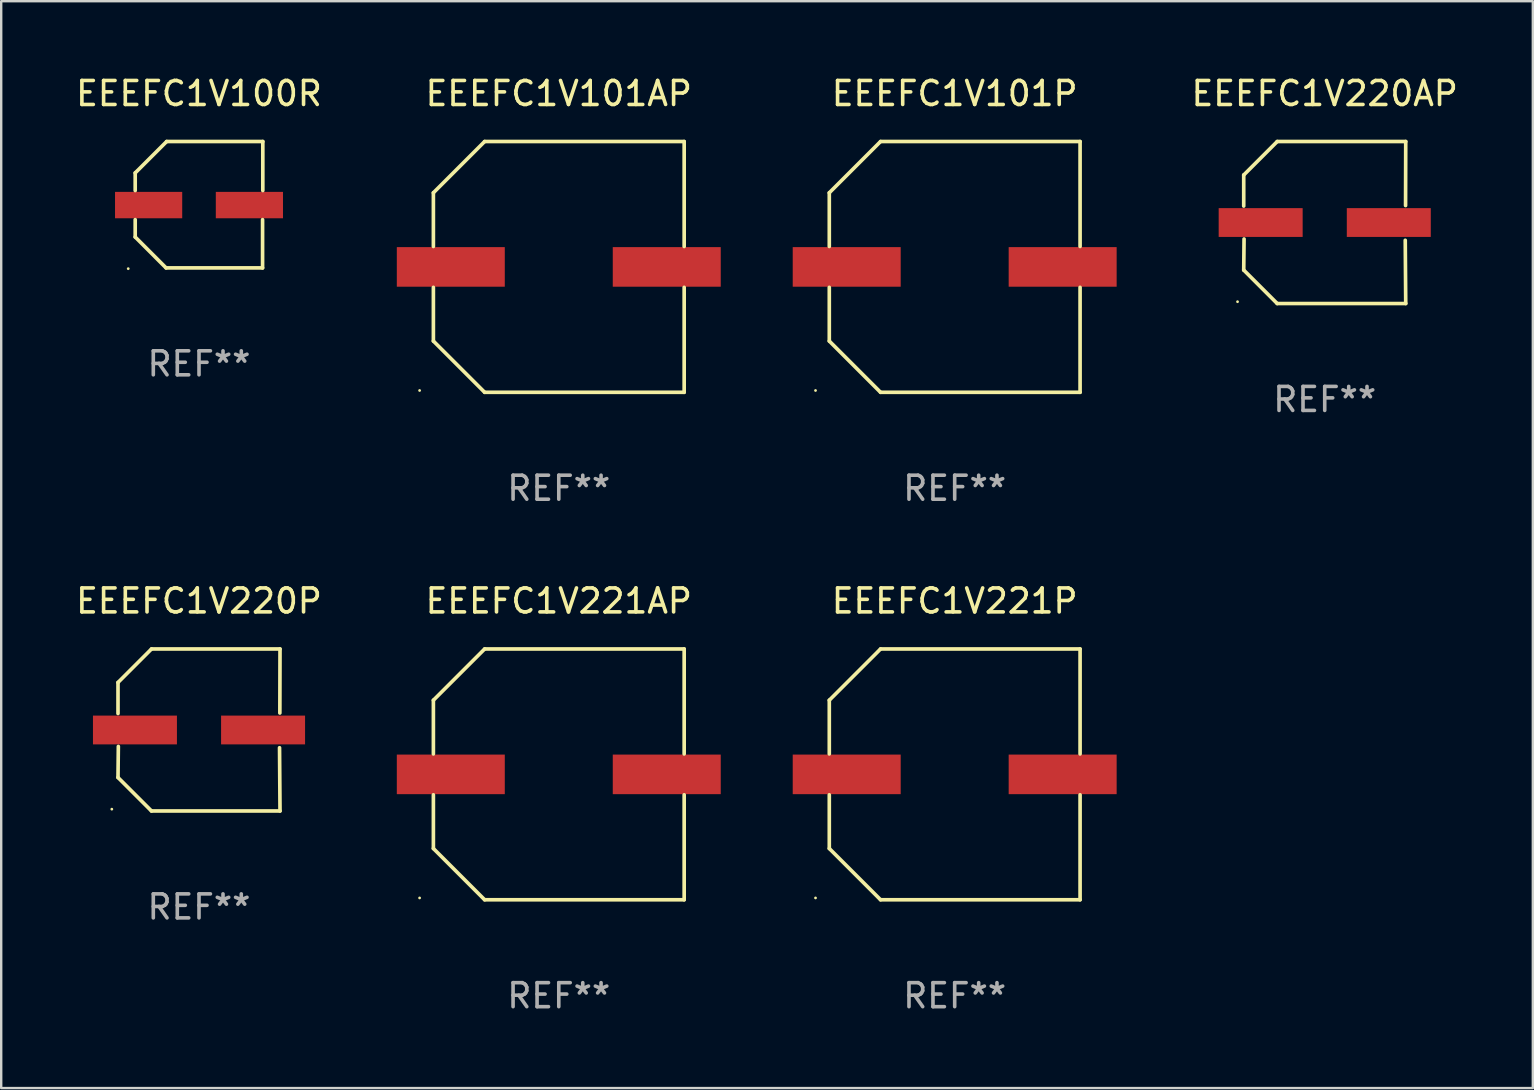
<source format=kicad_pcb>
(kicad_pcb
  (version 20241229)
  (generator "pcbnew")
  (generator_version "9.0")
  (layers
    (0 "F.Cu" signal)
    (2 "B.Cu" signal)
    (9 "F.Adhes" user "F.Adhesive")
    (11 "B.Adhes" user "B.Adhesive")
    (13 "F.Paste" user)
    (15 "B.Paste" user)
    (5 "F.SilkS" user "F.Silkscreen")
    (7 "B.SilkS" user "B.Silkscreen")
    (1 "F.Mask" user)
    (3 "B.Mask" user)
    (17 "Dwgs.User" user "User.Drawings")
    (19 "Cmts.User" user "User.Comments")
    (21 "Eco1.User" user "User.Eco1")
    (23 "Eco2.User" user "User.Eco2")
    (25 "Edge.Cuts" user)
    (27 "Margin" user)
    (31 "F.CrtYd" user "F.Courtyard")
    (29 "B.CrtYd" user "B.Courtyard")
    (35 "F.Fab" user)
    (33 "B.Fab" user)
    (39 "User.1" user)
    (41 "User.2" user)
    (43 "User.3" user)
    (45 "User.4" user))
  (footprint "EEEFC1V221P"
    (layer "F.Cu")
    (at 36.738 29.223)
    (property "Reference" "EEEFC1V221P" (at 0 -7.226 0) (layer "F.SilkS") (effects (font (size 1 1) (thickness 0.15))))
    (attr through_hole)
    (fp_line (start -5.226 -3.09) (end -5.226 -0.852) (stroke (width 0.152) (type solid)) (layer "F.SilkS"))
    (fp_line (start -5.226 3.09) (end -5.226 0.852) (stroke (width 0.152) (type solid)) (layer "F.SilkS"))
    (fp_line (start -3.09 -5.226) (end -5.226 -3.09) (stroke (width 0.152) (type solid)) (layer "F.SilkS"))
    (fp_line (start -3.09 5.226) (end -5.226 3.09) (stroke (width 0.152) (type solid)) (layer "F.SilkS"))
    (fp_line (start 5.226 -5.226) (end -3.09 -5.226) (stroke (width 0.152) (type solid)) (layer "F.SilkS"))
    (fp_line (start 5.226 -0.852) (end 5.226 -5.226) (stroke (width 0.152) (type solid)) (layer "F.SilkS"))
    (fp_line (start 5.226 0.852) (end 5.226 5.226) (stroke (width 0.152) (type solid)) (layer "F.SilkS"))
    (fp_line (start 5.226 5.226) (end -3.09 5.226) (stroke (width 0.152) (type solid)) (layer "F.SilkS"))
    (fp_circle (center -5.8 5.15) (end -5.77 5.15) (stroke (width 0.06) (type solid)) (fill no) (layer "F.SilkS"))
    (fp_text user "REF**" (at 0 9.226 0) (layer "F.Fab") (effects (font (size 1 1) (thickness 0.15))))
    (pad "1" smd rect (at -4.5 0) (size 4.5 1.65) (layers "F.Cu" "F.Mask" "F.Paste"))
    (pad "2" smd rect (at 4.5 0) (size 4.5 1.65) (layers "F.Cu" "F.Mask" "F.Paste")))
  (footprint "EEEFC1V221AP"
    (layer "F.Cu")
    (at 20.238 29.223)
    (property "Reference" "EEEFC1V221AP" (at 0 -7.226 0) (layer "F.SilkS") (effects (font (size 1 1) (thickness 0.15))))
    (attr through_hole)
    (fp_line (start -5.226 -3.09) (end -5.226 -0.852) (stroke (width 0.152) (type solid)) (layer "F.SilkS"))
    (fp_line (start -5.226 3.09) (end -5.226 0.852) (stroke (width 0.152) (type solid)) (layer "F.SilkS"))
    (fp_line (start -3.09 -5.226) (end -5.226 -3.09) (stroke (width 0.152) (type solid)) (layer "F.SilkS"))
    (fp_line (start -3.09 5.226) (end -5.226 3.09) (stroke (width 0.152) (type solid)) (layer "F.SilkS"))
    (fp_line (start 5.226 -5.226) (end -3.09 -5.226) (stroke (width 0.152) (type solid)) (layer "F.SilkS"))
    (fp_line (start 5.226 -0.852) (end 5.226 -5.226) (stroke (width 0.152) (type solid)) (layer "F.SilkS"))
    (fp_line (start 5.226 0.852) (end 5.226 5.226) (stroke (width 0.152) (type solid)) (layer "F.SilkS"))
    (fp_line (start 5.226 5.226) (end -3.09 5.226) (stroke (width 0.152) (type solid)) (layer "F.SilkS"))
    (fp_circle (center -5.8 5.15) (end -5.77 5.15) (stroke (width 0.06) (type solid)) (fill no) (layer "F.SilkS"))
    (fp_text user "REF**" (at 0 9.226 0) (layer "F.Fab") (effects (font (size 1 1) (thickness 0.15))))
    (pad "1" smd rect (at -4.5 0) (size 4.5 1.65) (layers "F.Cu" "F.Mask" "F.Paste"))
    (pad "2" smd rect (at 4.5 0) (size 4.5 1.65) (layers "F.Cu" "F.Mask" "F.Paste")))
  (footprint "EEEFC1V101P"
    (layer "F.Cu")
    (at 36.738 8.074)
    (property "Reference" "EEEFC1V101P" (at 0 -7.226 0) (layer "F.SilkS") (effects (font (size 1 1) (thickness 0.15))))
    (attr through_hole)
    (fp_line (start -5.226 -3.09) (end -5.226 -0.852) (stroke (width 0.152) (type solid)) (layer "F.SilkS"))
    (fp_line (start -5.226 3.09) (end -5.226 0.852) (stroke (width 0.152) (type solid)) (layer "F.SilkS"))
    (fp_line (start -3.09 -5.226) (end -5.226 -3.09) (stroke (width 0.152) (type solid)) (layer "F.SilkS"))
    (fp_line (start -3.09 5.226) (end -5.226 3.09) (stroke (width 0.152) (type solid)) (layer "F.SilkS"))
    (fp_line (start 5.226 -5.226) (end -3.09 -5.226) (stroke (width 0.152) (type solid)) (layer "F.SilkS"))
    (fp_line (start 5.226 -0.852) (end 5.226 -5.226) (stroke (width 0.152) (type solid)) (layer "F.SilkS"))
    (fp_line (start 5.226 0.852) (end 5.226 5.226) (stroke (width 0.152) (type solid)) (layer "F.SilkS"))
    (fp_line (start 5.226 5.226) (end -3.09 5.226) (stroke (width 0.152) (type solid)) (layer "F.SilkS"))
    (fp_circle (center -5.8 5.15) (end -5.77 5.15) (stroke (width 0.06) (type solid)) (fill no) (layer "F.SilkS"))
    (fp_text user "REF**" (at 0 9.226 0) (layer "F.Fab") (effects (font (size 1 1) (thickness 0.15))))
    (pad "1" smd rect (at -4.5 0) (size 4.5 1.65) (layers "F.Cu" "F.Mask" "F.Paste"))
    (pad "2" smd rect (at 4.5 0) (size 4.5 1.65) (layers "F.Cu" "F.Mask" "F.Paste")))
  (footprint "EEEFC1V101AP"
    (layer "F.Cu")
    (at 20.238 8.074)
    (property "Reference" "EEEFC1V101AP" (at 0 -7.226 0) (layer "F.SilkS") (effects (font (size 1 1) (thickness 0.15))))
    (attr through_hole)
    (fp_line (start -5.226 -3.09) (end -5.226 -0.852) (stroke (width 0.152) (type solid)) (layer "F.SilkS"))
    (fp_line (start -5.226 3.09) (end -5.226 0.852) (stroke (width 0.152) (type solid)) (layer "F.SilkS"))
    (fp_line (start -3.09 -5.226) (end -5.226 -3.09) (stroke (width 0.152) (type solid)) (layer "F.SilkS"))
    (fp_line (start -3.09 5.226) (end -5.226 3.09) (stroke (width 0.152) (type solid)) (layer "F.SilkS"))
    (fp_line (start 5.226 -5.226) (end -3.09 -5.226) (stroke (width 0.152) (type solid)) (layer "F.SilkS"))
    (fp_line (start 5.226 -0.852) (end 5.226 -5.226) (stroke (width 0.152) (type solid)) (layer "F.SilkS"))
    (fp_line (start 5.226 0.852) (end 5.226 5.226) (stroke (width 0.152) (type solid)) (layer "F.SilkS"))
    (fp_line (start 5.226 5.226) (end -3.09 5.226) (stroke (width 0.152) (type solid)) (layer "F.SilkS"))
    (fp_circle (center -5.8 5.15) (end -5.77 5.15) (stroke (width 0.06) (type solid)) (fill no) (layer "F.SilkS"))
    (fp_text user "REF**" (at 0 9.226 0) (layer "F.Fab") (effects (font (size 1 1) (thickness 0.15))))
    (pad "1" smd rect (at -4.5 0) (size 4.5 1.65) (layers "F.Cu" "F.Mask" "F.Paste"))
    (pad "2" smd rect (at 4.5 0) (size 4.5 1.65) (layers "F.Cu" "F.Mask" "F.Paste")))
  (footprint "EEEFC1V220P"
    (layer "F.Cu")
    (at 5.244 27.373)
    (property "Reference" "EEEFC1V220P" (at 0 -5.376 0) (layer "F.SilkS") (effects (font (size 1 1) (thickness 0.15))))
    (attr through_hole)
    (fp_line (start -3.376 -1.98) (end -3.376 -0.686) (stroke (width 0.152) (type solid)) (layer "F.SilkS"))
    (fp_line (start -3.376 1.981) (end -3.362 0.686) (stroke (width 0.152) (type solid)) (layer "F.SilkS"))
    (fp_line (start -1.981 3.376) (end -3.376 1.981) (stroke (width 0.152) (type solid)) (layer "F.SilkS"))
    (fp_line (start -1.98 -3.376) (end -3.376 -1.98) (stroke (width 0.152) (type solid)) (layer "F.SilkS"))
    (fp_line (start 3.356 0.74) (end 3.376 3.376) (stroke (width 0.152) (type solid)) (layer "F.SilkS"))
    (fp_line (start 3.369 -0.707) (end 3.376 -3.376) (stroke (width 0.152) (type solid)) (layer "F.SilkS"))
    (fp_line (start 3.376 3.376) (end -1.981 3.376) (stroke (width 0.152) (type solid)) (layer "F.SilkS"))
    (fp_line (start 3.376 -3.376) (end -1.98 -3.376) (stroke (width 0.152) (type solid)) (layer "F.SilkS"))
    (fp_circle (center -3.634 3.3) (end -3.604 3.3) (stroke (width 0.06) (type solid)) (fill no) (layer "F.SilkS"))
    (fp_text user "REF**" (at 0 7.376 0) (layer "F.Fab") (effects (font (size 1 1) (thickness 0.15))))
    (pad "1" smd rect (at -2.67 0.000254) (size 3.5 1.2) (layers "F.Cu" "F.Mask" "F.Paste"))
    (pad "2" smd rect (at 2.67 0.000254) (size 3.5 1.2) (layers "F.Cu" "F.Mask" "F.Paste")))
  (footprint "EEEFC1V100R"
    (layer "F.Cu")
    (at 5.244 5.482)
    (property "Reference" "EEEFC1V100R" (at 0 -4.634 0) (layer "F.SilkS") (effects (font (size 1 1) (thickness 0.15))))
    (attr through_hole)
    (fp_line (start -2.659 -1.326) (end -2.659 -0.592) (stroke (width 0.152) (type solid)) (layer "F.SilkS"))
    (fp_line (start -2.659 1.346) (end -2.659 0.622) (stroke (width 0.152) (type solid)) (layer "F.SilkS"))
    (fp_line (start -1.372 2.634) (end -2.659 1.346) (stroke (width 0.152) (type solid)) (layer "F.SilkS"))
    (fp_line (start -1.349 -2.634) (end -2.659 -1.326) (stroke (width 0.152) (type solid)) (layer "F.SilkS"))
    (fp_line (start 2.649 0.622) (end 2.649 2.634) (stroke (width 0.152) (type solid)) (layer "F.SilkS"))
    (fp_line (start 2.649 2.634) (end -1.372 2.634) (stroke (width 0.152) (type solid)) (layer "F.SilkS"))
    (fp_line (start 2.659 -2.634) (end -1.349 -2.634) (stroke (width 0.152) (type solid)) (layer "F.SilkS"))
    (fp_line (start 2.659 -0.592) (end 2.659 -2.634) (stroke (width 0.152) (type solid)) (layer "F.SilkS"))
    (fp_circle (center -2.95 2.665) (end -2.92 2.665) (stroke (width 0.06) (type solid)) (fill no) (layer "F.SilkS"))
    (fp_text user "REF**" (at 0 6.634 0) (layer "F.Fab") (effects (font (size 1 1) (thickness 0.15))))
    (pad "1" smd rect (at -2.1 0.015) (size 2.8 1.1) (layers "F.Cu" "F.Mask" "F.Paste"))
    (pad "2" smd rect (at 2.1 0.015) (size 2.8 1.1) (layers "F.Cu" "F.Mask" "F.Paste")))
  (footprint "EEEFC1V220AP"
    (layer "F.Cu")
    (at 52.16 6.224)
    (property "Reference" "EEEFC1V220AP" (at 0 -5.376 0) (layer "F.SilkS") (effects (font (size 1 1) (thickness 0.15))))
    (attr through_hole)
    (fp_line (start -3.376 -1.98) (end -3.376 -0.686) (stroke (width 0.152) (type solid)) (layer "F.SilkS"))
    (fp_line (start -3.376 1.981) (end -3.362 0.686) (stroke (width 0.152) (type solid)) (layer "F.SilkS"))
    (fp_line (start -1.981 3.376) (end -3.376 1.981) (stroke (width 0.152) (type solid)) (layer "F.SilkS"))
    (fp_line (start -1.98 -3.376) (end -3.376 -1.98) (stroke (width 0.152) (type solid)) (layer "F.SilkS"))
    (fp_line (start 3.356 0.74) (end 3.376 3.376) (stroke (width 0.152) (type solid)) (layer "F.SilkS"))
    (fp_line (start 3.369 -0.707) (end 3.376 -3.376) (stroke (width 0.152) (type solid)) (layer "F.SilkS"))
    (fp_line (start 3.376 3.376) (end -1.981 3.376) (stroke (width 0.152) (type solid)) (layer "F.SilkS"))
    (fp_line (start 3.376 -3.376) (end -1.98 -3.376) (stroke (width 0.152) (type solid)) (layer "F.SilkS"))
    (fp_circle (center -3.634 3.3) (end -3.604 3.3) (stroke (width 0.06) (type solid)) (fill no) (layer "F.SilkS"))
    (fp_text user "REF**" (at 0 7.376 0) (layer "F.Fab") (effects (font (size 1 1) (thickness 0.15))))
    (pad "1" smd rect (at -2.67 0.000254) (size 3.5 1.2) (layers "F.Cu" "F.Mask" "F.Paste"))
    (pad "2" smd rect (at 2.67 0.000254) (size 3.5 1.2) (layers "F.Cu" "F.Mask" "F.Paste")))
  (gr_rect
    (start -3 -3)
    (end 60.833 42.298)
    (stroke (width 0.1) (type default))
    (fill no)
    (layer "Edge.Cuts")))
</source>
